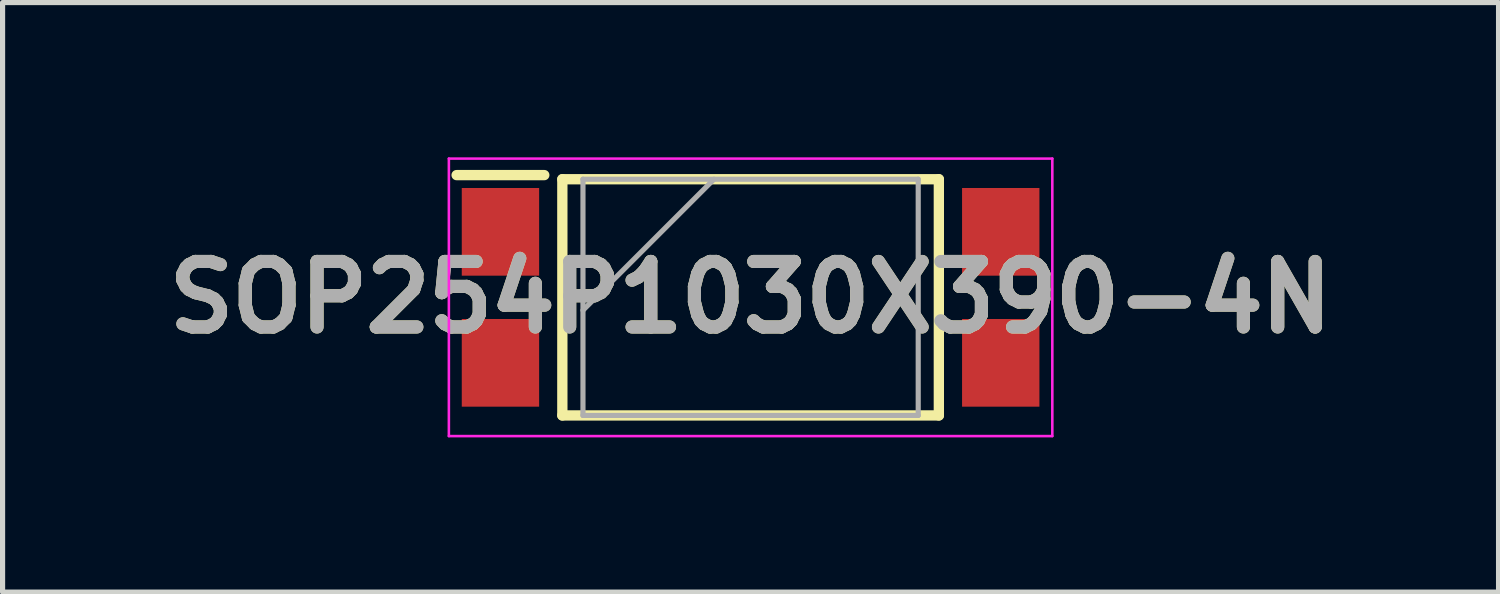
<source format=kicad_pcb>
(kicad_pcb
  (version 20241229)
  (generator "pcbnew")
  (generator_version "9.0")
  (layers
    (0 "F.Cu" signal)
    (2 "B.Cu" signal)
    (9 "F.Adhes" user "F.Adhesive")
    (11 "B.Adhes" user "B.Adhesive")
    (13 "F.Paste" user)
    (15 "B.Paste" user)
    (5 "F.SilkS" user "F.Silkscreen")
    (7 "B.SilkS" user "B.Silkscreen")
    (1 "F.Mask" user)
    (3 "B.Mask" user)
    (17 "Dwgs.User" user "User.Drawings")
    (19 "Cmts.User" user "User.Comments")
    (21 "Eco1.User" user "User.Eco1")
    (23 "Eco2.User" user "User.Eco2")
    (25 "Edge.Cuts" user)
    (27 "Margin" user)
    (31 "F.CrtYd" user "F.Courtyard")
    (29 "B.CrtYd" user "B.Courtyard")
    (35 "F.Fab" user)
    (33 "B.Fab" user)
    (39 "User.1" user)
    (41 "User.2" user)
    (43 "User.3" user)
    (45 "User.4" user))
  (footprint "SOP254P1030X390-4N"
    (layer "F.Cu")
    (at 11.503 2.715)
    (property "Reference" "SOP254P1030X390-4N" (at 0 0 0) (layer "F.SilkS") (effects (font (size 1.27 1.27) (thickness 0.254))))
    (attr smd)
    (fp_line (start -5.7 -2.37) (end -4 -2.37) (stroke (width 0.2) (type solid)) (layer "F.SilkS"))
    (fp_line (start -3.65 -2.29) (end 3.65 -2.29) (stroke (width 0.2) (type solid)) (layer "F.SilkS"))
    (fp_line (start -3.65 2.29) (end -3.65 -2.29) (stroke (width 0.2) (type solid)) (layer "F.SilkS"))
    (fp_line (start 3.65 -2.29) (end 3.65 2.29) (stroke (width 0.2) (type solid)) (layer "F.SilkS"))
    (fp_line (start 3.65 2.29) (end -3.65 2.29) (stroke (width 0.2) (type solid)) (layer "F.SilkS"))
    (fp_line (start -5.85 -2.69) (end 5.85 -2.69) (stroke (width 0.05) (type solid)) (layer "F.CrtYd"))
    (fp_line (start -5.85 2.69) (end -5.85 -2.69) (stroke (width 0.05) (type solid)) (layer "F.CrtYd"))
    (fp_line (start 5.85 -2.69) (end 5.85 2.69) (stroke (width 0.05) (type solid)) (layer "F.CrtYd"))
    (fp_line (start 5.85 2.69) (end -5.85 2.69) (stroke (width 0.05) (type solid)) (layer "F.CrtYd"))
    (fp_line (start -3.25 -2.29) (end 3.25 -2.29) (stroke (width 0.1) (type solid)) (layer "F.Fab"))
    (fp_line (start -3.25 0.25) (end -0.71 -2.29) (stroke (width 0.1) (type solid)) (layer "F.Fab"))
    (fp_line (start -3.25 2.29) (end -3.25 -2.29) (stroke (width 0.1) (type solid)) (layer "F.Fab"))
    (fp_line (start 3.25 -2.29) (end 3.25 2.29) (stroke (width 0.1) (type solid)) (layer "F.Fab"))
    (fp_line (start 3.25 2.29) (end -3.25 2.29) (stroke (width 0.1) (type solid)) (layer "F.Fab"))
    (fp_text user "${REFERENCE}" (at 0 0 0) (layer "F.Fab") (effects (font (size 1.27 1.27) (thickness 0.254))))
    (pad "1" smd rect (at -4.85 -1.27) (size 1.5 1.7) (layers "F.Cu" "F.Mask" "F.Paste"))
    (pad "2" smd rect (at -4.85 1.27) (size 1.5 1.7) (layers "F.Cu" "F.Mask" "F.Paste"))
    (pad "3" smd rect (at 4.85 1.27) (size 1.5 1.7) (layers "F.Cu" "F.Mask" "F.Paste"))
    (pad "4" smd rect (at 4.85 -1.27) (size 1.5 1.7) (layers "F.Cu" "F.Mask" "F.Paste")))
  (gr_rect
    (start -3 -3)
    (end 26.005 8.43)
    (stroke (width 0.1) (type default))
    (fill no)
    (layer "Edge.Cuts")))
</source>
